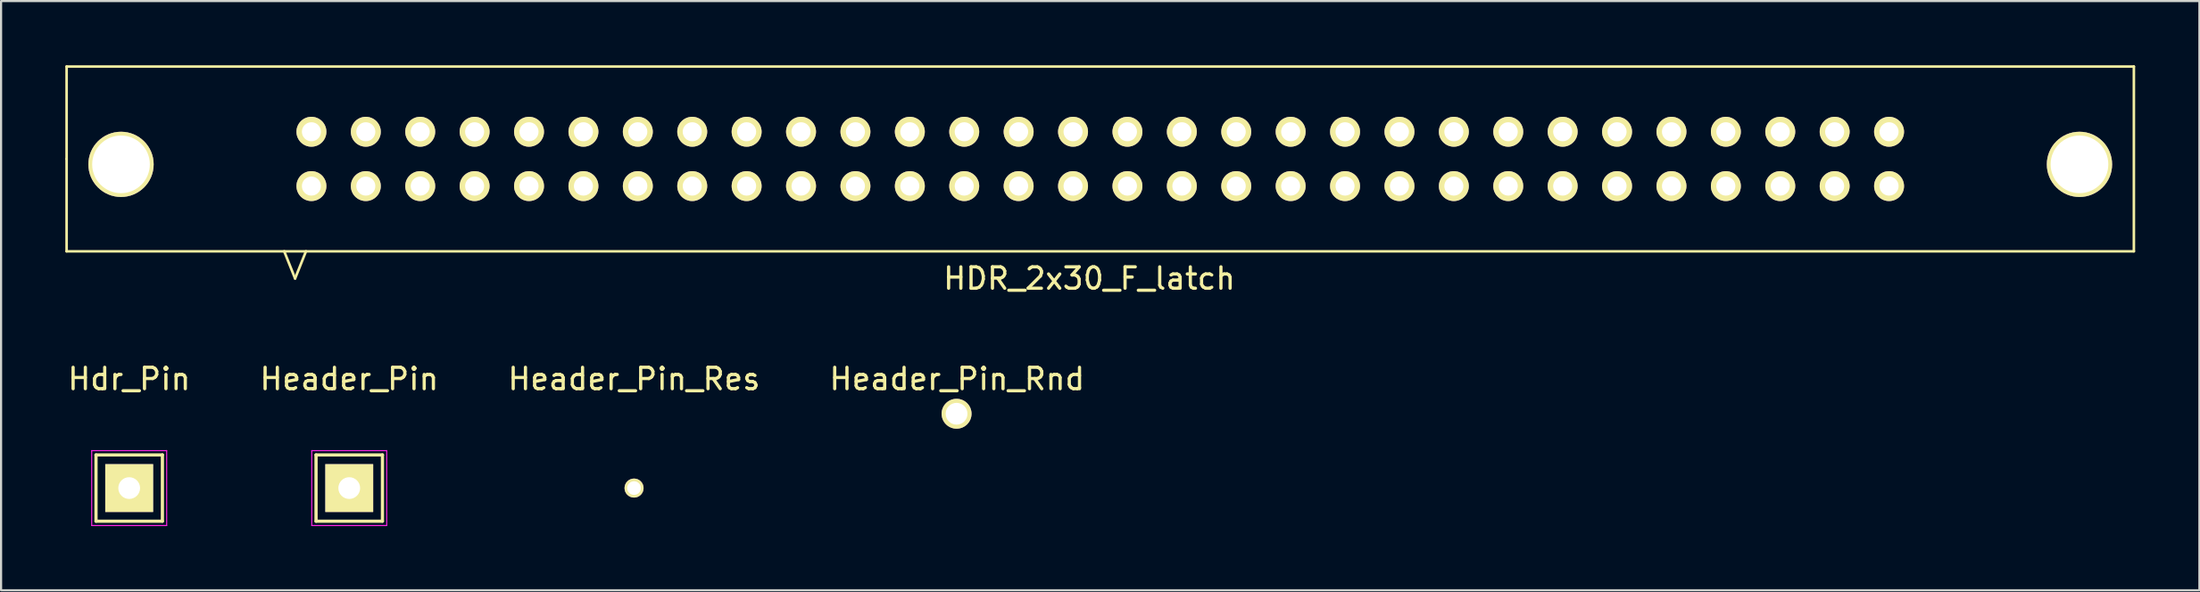
<source format=kicad_pcb>
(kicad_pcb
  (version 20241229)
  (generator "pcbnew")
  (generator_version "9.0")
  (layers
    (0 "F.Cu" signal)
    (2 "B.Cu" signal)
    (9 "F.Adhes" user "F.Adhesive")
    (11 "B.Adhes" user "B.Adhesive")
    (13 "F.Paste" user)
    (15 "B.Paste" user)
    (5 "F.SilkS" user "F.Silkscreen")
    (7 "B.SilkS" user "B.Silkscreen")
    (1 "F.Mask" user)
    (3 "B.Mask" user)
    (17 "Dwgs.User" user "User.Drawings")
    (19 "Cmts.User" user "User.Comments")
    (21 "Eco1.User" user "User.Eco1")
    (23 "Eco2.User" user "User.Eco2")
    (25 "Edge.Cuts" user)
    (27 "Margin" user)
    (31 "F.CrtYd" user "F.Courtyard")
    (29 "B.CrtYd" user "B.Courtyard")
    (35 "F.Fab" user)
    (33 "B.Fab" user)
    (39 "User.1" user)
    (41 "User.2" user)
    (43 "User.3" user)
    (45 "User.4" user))
  (footprint "Hdr_Pin"
    (layer "F.Cu")
    (at 2.982 19.762)
    (property "Reference" "Hdr_Pin" (at 0 -5.1 0) (layer "F.SilkS") (effects (font (size 1 1) (thickness 0.15))))
    (attr through_hole)
    (fp_line (start -1.55 -1.55) (end 1.55 -1.55) (stroke (width 0.15) (type solid)) (layer "F.SilkS"))
    (fp_line (start -1.55 1.549) (end -1.55 -1.55) (stroke (width 0.15) (type solid)) (layer "F.SilkS"))
    (fp_line (start -1.549 1.549) (end 1.549 1.549) (stroke (width 0.15) (type solid)) (layer "F.SilkS"))
    (fp_line (start 1.55 -1.55) (end 1.55 1.549) (stroke (width 0.15) (type solid)) (layer "F.SilkS"))
    (fp_line (start -1.75 -1.75) (end -1.75 1.75) (stroke (width 0.05) (type solid)) (layer "F.CrtYd"))
    (fp_line (start -1.75 -1.75) (end 1.75 -1.75) (stroke (width 0.05) (type solid)) (layer "F.CrtYd"))
    (fp_line (start -1.75 1.75) (end 1.75 1.75) (stroke (width 0.05) (type solid)) (layer "F.CrtYd"))
    (fp_line (start 1.75 -1.75) (end 1.75 1.75) (stroke (width 0.05) (type solid)) (layer "F.CrtYd"))
    (pad "1" thru_hole rect (at 0 0) (size 2.235 2.235) (drill 1.016) (layers "*.Cu" "*.Mask" "F.SilkS")))
  (footprint "HDR_2x30_F_latch"
    (layer "F.Cu")
    (at 48.32 4.378)
    (property "Reference" "HDR_2x30_F_latch" (at -0.508 5.588 0) (layer "F.SilkS") (effects (font (size 1 1) (thickness 0.15))))
    (attr through_hole)
    (fp_line (start -48.26 -4.318) (end 48.26 -4.318) (stroke (width 0.12) (type solid)) (layer "F.SilkS"))
    (fp_line (start -48.26 0) (end -48.26 -4.318) (stroke (width 0.12) (type solid)) (layer "F.SilkS"))
    (fp_line (start -48.26 4.318) (end -48.26 0) (stroke (width 0.12) (type solid)) (layer "F.SilkS"))
    (fp_line (start -38.1 4.318) (end -37.592 5.588) (stroke (width 0.12) (type solid)) (layer "F.SilkS"))
    (fp_line (start -37.592 5.588) (end -37.084 4.318) (stroke (width 0.12) (type solid)) (layer "F.SilkS"))
    (fp_line (start 48.26 -4.318) (end 48.26 4.318) (stroke (width 0.12) (type solid)) (layer "F.SilkS"))
    (fp_line (start 48.26 4.318) (end -48.26 4.318) (stroke (width 0.12) (type solid)) (layer "F.SilkS"))
    (pad "0" thru_hole circle (at -45.72 0.254) (size 3.048 3.048) (drill 2.692) (layers "*.Cu" "*.Mask" "F.SilkS"))
    (pad "0" thru_hole circle (at 45.72 0.254) (size 3.048 3.048) (drill 2.692) (layers "*.Cu" "*.Mask" "F.SilkS"))
    (pad "1" thru_hole circle (at -36.83 1.27) (size 1.397 1.397) (drill 0.889) (layers "*.Cu" "*.Mask" "F.SilkS"))
    (pad "2" thru_hole circle (at -36.83 -1.27) (size 1.397 1.397) (drill 0.889) (layers "*.Cu" "*.Mask" "F.SilkS"))
    (pad "3" thru_hole circle (at -34.29 1.27) (size 1.397 1.397) (drill 0.889) (layers "*.Cu" "*.Mask" "F.SilkS"))
    (pad "4" thru_hole circle (at -34.29 -1.27) (size 1.397 1.397) (drill 0.889) (layers "*.Cu" "*.Mask" "F.SilkS"))
    (pad "5" thru_hole circle (at -31.75 1.27) (size 1.397 1.397) (drill 0.889) (layers "*.Cu" "*.Mask" "F.SilkS"))
    (pad "6" thru_hole circle (at -31.75 -1.27) (size 1.397 1.397) (drill 0.889) (layers "*.Cu" "*.Mask" "F.SilkS"))
    (pad "7" thru_hole circle (at -29.21 1.27) (size 1.397 1.397) (drill 0.889) (layers "*.Cu" "*.Mask" "F.SilkS"))
    (pad "8" thru_hole circle (at -29.21 -1.27) (size 1.397 1.397) (drill 0.889) (layers "*.Cu" "*.Mask" "F.SilkS"))
    (pad "9" thru_hole circle (at -26.67 1.27) (size 1.397 1.397) (drill 0.889) (layers "*.Cu" "*.Mask" "F.SilkS"))
    (pad "10" thru_hole circle (at -26.67 -1.27) (size 1.397 1.397) (drill 0.889) (layers "*.Cu" "*.Mask" "F.SilkS"))
    (pad "11" thru_hole circle (at -24.13 1.27) (size 1.397 1.397) (drill 0.889) (layers "*.Cu" "*.Mask" "F.SilkS"))
    (pad "12" thru_hole circle (at -24.13 -1.27) (size 1.397 1.397) (drill 0.889) (layers "*.Cu" "*.Mask" "F.SilkS"))
    (pad "13" thru_hole circle (at -21.59 1.27) (size 1.397 1.397) (drill 0.889) (layers "*.Cu" "*.Mask" "F.SilkS"))
    (pad "14" thru_hole circle (at -21.59 -1.27) (size 1.397 1.397) (drill 0.889) (layers "*.Cu" "*.Mask" "F.SilkS"))
    (pad "15" thru_hole circle (at -19.05 1.27) (size 1.397 1.397) (drill 0.889) (layers "*.Cu" "*.Mask" "F.SilkS"))
    (pad "16" thru_hole circle (at -19.05 -1.27) (size 1.397 1.397) (drill 0.889) (layers "*.Cu" "*.Mask" "F.SilkS"))
    (pad "17" thru_hole circle (at -16.51 1.27) (size 1.397 1.397) (drill 0.889) (layers "*.Cu" "*.Mask" "F.SilkS"))
    (pad "18" thru_hole circle (at -16.51 -1.27) (size 1.397 1.397) (drill 0.889) (layers "*.Cu" "*.Mask" "F.SilkS"))
    (pad "19" thru_hole circle (at -13.97 1.27) (size 1.397 1.397) (drill 0.889) (layers "*.Cu" "*.Mask" "F.SilkS"))
    (pad "20" thru_hole circle (at -13.97 -1.27) (size 1.397 1.397) (drill 0.889) (layers "*.Cu" "*.Mask" "F.SilkS"))
    (pad "21" thru_hole circle (at -11.43 1.27) (size 1.397 1.397) (drill 0.889) (layers "*.Cu" "*.Mask" "F.SilkS"))
    (pad "22" thru_hole circle (at -11.43 -1.27) (size 1.397 1.397) (drill 0.889) (layers "*.Cu" "*.Mask" "F.SilkS"))
    (pad "23" thru_hole circle (at -8.89 1.27) (size 1.397 1.397) (drill 0.889) (layers "*.Cu" "*.Mask" "F.SilkS"))
    (pad "24" thru_hole circle (at -8.89 -1.27) (size 1.397 1.397) (drill 0.889) (layers "*.Cu" "*.Mask" "F.SilkS"))
    (pad "25" thru_hole circle (at -6.35 1.27) (size 1.397 1.397) (drill 0.889) (layers "*.Cu" "*.Mask" "F.SilkS"))
    (pad "26" thru_hole circle (at -6.35 -1.27) (size 1.397 1.397) (drill 0.889) (layers "*.Cu" "*.Mask" "F.SilkS"))
    (pad "27" thru_hole circle (at -3.81 1.27) (size 1.397 1.397) (drill 0.889) (layers "*.Cu" "*.Mask" "F.SilkS"))
    (pad "28" thru_hole circle (at -3.81 -1.27) (size 1.397 1.397) (drill 0.889) (layers "*.Cu" "*.Mask" "F.SilkS"))
    (pad "29" thru_hole circle (at -1.27 1.27) (size 1.397 1.397) (drill 0.889) (layers "*.Cu" "*.Mask" "F.SilkS"))
    (pad "30" thru_hole circle (at -1.27 -1.27) (size 1.397 1.397) (drill 0.889) (layers "*.Cu" "*.Mask" "F.SilkS"))
    (pad "31" thru_hole circle (at 1.27 1.27) (size 1.397 1.397) (drill 0.889) (layers "*.Cu" "*.Mask" "F.SilkS"))
    (pad "32" thru_hole circle (at 1.27 -1.27) (size 1.397 1.397) (drill 0.889) (layers "*.Cu" "*.Mask" "F.SilkS"))
    (pad "33" thru_hole circle (at 3.81 1.27) (size 1.397 1.397) (drill 0.889) (layers "*.Cu" "*.Mask" "F.SilkS"))
    (pad "34" thru_hole circle (at 3.81 -1.27) (size 1.397 1.397) (drill 0.889) (layers "*.Cu" "*.Mask" "F.SilkS"))
    (pad "35" thru_hole circle (at 6.35 1.27) (size 1.397 1.397) (drill 0.889) (layers "*.Cu" "*.Mask" "F.SilkS"))
    (pad "36" thru_hole circle (at 6.35 -1.27) (size 1.397 1.397) (drill 0.889) (layers "*.Cu" "*.Mask" "F.SilkS"))
    (pad "37" thru_hole circle (at 8.89 1.27) (size 1.397 1.397) (drill 0.889) (layers "*.Cu" "*.Mask" "F.SilkS"))
    (pad "38" thru_hole circle (at 8.89 -1.27) (size 1.397 1.397) (drill 0.889) (layers "*.Cu" "*.Mask" "F.SilkS"))
    (pad "39" thru_hole circle (at 11.43 1.27) (size 1.397 1.397) (drill 0.889) (layers "*.Cu" "*.Mask" "F.SilkS"))
    (pad "40" thru_hole circle (at 11.43 -1.27) (size 1.397 1.397) (drill 0.889) (layers "*.Cu" "*.Mask" "F.SilkS"))
    (pad "41" thru_hole circle (at 13.97 1.27) (size 1.397 1.397) (drill 0.889) (layers "*.Cu" "*.Mask" "F.SilkS"))
    (pad "42" thru_hole circle (at 13.97 -1.27) (size 1.397 1.397) (drill 0.889) (layers "*.Cu" "*.Mask" "F.SilkS"))
    (pad "43" thru_hole circle (at 16.51 1.27) (size 1.397 1.397) (drill 0.889) (layers "*.Cu" "*.Mask" "F.SilkS"))
    (pad "44" thru_hole circle (at 16.51 -1.27) (size 1.397 1.397) (drill 0.889) (layers "*.Cu" "*.Mask" "F.SilkS"))
    (pad "45" thru_hole circle (at 19.05 1.27) (size 1.397 1.397) (drill 0.889) (layers "*.Cu" "*.Mask" "F.SilkS"))
    (pad "46" thru_hole circle (at 19.05 -1.27) (size 1.397 1.397) (drill 0.889) (layers "*.Cu" "*.Mask" "F.SilkS"))
    (pad "47" thru_hole circle (at 21.59 1.27) (size 1.397 1.397) (drill 0.889) (layers "*.Cu" "*.Mask" "F.SilkS"))
    (pad "48" thru_hole circle (at 21.59 -1.27) (size 1.397 1.397) (drill 0.889) (layers "*.Cu" "*.Mask" "F.SilkS"))
    (pad "49" thru_hole circle (at 24.13 1.27) (size 1.397 1.397) (drill 0.889) (layers "*.Cu" "*.Mask" "F.SilkS"))
    (pad "50" thru_hole circle (at 24.13 -1.27) (size 1.397 1.397) (drill 0.889) (layers "*.Cu" "*.Mask" "F.SilkS"))
    (pad "51" thru_hole circle (at 26.67 1.27) (size 1.397 1.397) (drill 0.889) (layers "*.Cu" "*.Mask" "F.SilkS"))
    (pad "52" thru_hole circle (at 26.67 -1.27) (size 1.397 1.397) (drill 0.889) (layers "*.Cu" "*.Mask" "F.SilkS"))
    (pad "53" thru_hole circle (at 29.21 1.27) (size 1.397 1.397) (drill 0.889) (layers "*.Cu" "*.Mask" "F.SilkS"))
    (pad "54" thru_hole circle (at 29.21 -1.27) (size 1.397 1.397) (drill 0.889) (layers "*.Cu" "*.Mask" "F.SilkS"))
    (pad "55" thru_hole circle (at 31.75 1.27) (size 1.397 1.397) (drill 0.889) (layers "*.Cu" "*.Mask" "F.SilkS"))
    (pad "56" thru_hole circle (at 31.75 -1.27) (size 1.397 1.397) (drill 0.889) (layers "*.Cu" "*.Mask" "F.SilkS"))
    (pad "57" thru_hole circle (at 34.29 1.27) (size 1.397 1.397) (drill 0.889) (layers "*.Cu" "*.Mask" "F.SilkS"))
    (pad "58" thru_hole circle (at 34.29 -1.27) (size 1.397 1.397) (drill 0.889) (layers "*.Cu" "*.Mask" "F.SilkS"))
    (pad "59" thru_hole circle (at 36.83 1.27) (size 1.397 1.397) (drill 0.889) (layers "*.Cu" "*.Mask" "F.SilkS"))
    (pad "60" thru_hole circle (at 36.83 -1.27) (size 1.397 1.397) (drill 0.889) (layers "*.Cu" "*.Mask" "F.SilkS")))
  (footprint "Header_Pin_Rnd"
    (layer "F.Cu")
    (at 41.612 16.288)
    (property "Reference" "Header_Pin_Rnd" (at 0.025 -1.626 0) (layer "F.SilkS") (effects (font (size 1 1) (thickness 0.15))))
    (attr through_hole)
    (pad "1" thru_hole circle (at 0 0) (size 1.397 1.397) (drill 1.016) (layers "*.Cu" "*.Mask" "F.SilkS")))
  (footprint "Header_Pin"
    (layer "F.Cu")
    (at 13.256 19.762)
    (property "Reference" "Header_Pin" (at 0 -5.1 0) (layer "F.SilkS") (effects (font (size 1 1) (thickness 0.15))))
    (attr through_hole)
    (fp_line (start -1.55 -1.55) (end 1.55 -1.55) (stroke (width 0.15) (type solid)) (layer "F.SilkS"))
    (fp_line (start -1.55 1.549) (end -1.55 -1.55) (stroke (width 0.15) (type solid)) (layer "F.SilkS"))
    (fp_line (start -1.549 1.549) (end 1.549 1.549) (stroke (width 0.15) (type solid)) (layer "F.SilkS"))
    (fp_line (start 1.55 -1.55) (end 1.55 1.549) (stroke (width 0.15) (type solid)) (layer "F.SilkS"))
    (fp_line (start -1.75 -1.75) (end -1.75 1.75) (stroke (width 0.05) (type solid)) (layer "F.CrtYd"))
    (fp_line (start -1.75 -1.75) (end 1.75 -1.75) (stroke (width 0.05) (type solid)) (layer "F.CrtYd"))
    (fp_line (start -1.75 1.75) (end 1.75 1.75) (stroke (width 0.05) (type solid)) (layer "F.CrtYd"))
    (fp_line (start 1.75 -1.75) (end 1.75 1.75) (stroke (width 0.05) (type solid)) (layer "F.CrtYd"))
    (pad "1" thru_hole rect (at 0 0) (size 2.235 2.235) (drill 1.016) (layers "*.Cu" "*.Mask" "F.SilkS")))
  (footprint "Header_Pin_Res"
    (layer "F.Cu")
    (at 26.554 19.762)
    (property "Reference" "Header_Pin_Res" (at 0 -5.1 0) (layer "F.SilkS") (effects (font (size 1 1) (thickness 0.15))))
    (attr through_hole)
    (pad "1" thru_hole circle (at 0 0) (size 0.889 0.889) (drill 0.635) (layers "*.Cu" "*.Mask" "F.SilkS")))
  (gr_rect
    (start -3 -3)
    (end 99.64 24.538)
    (stroke (width 0.1) (type default))
    (fill no)
    (layer "Edge.Cuts")))
</source>
